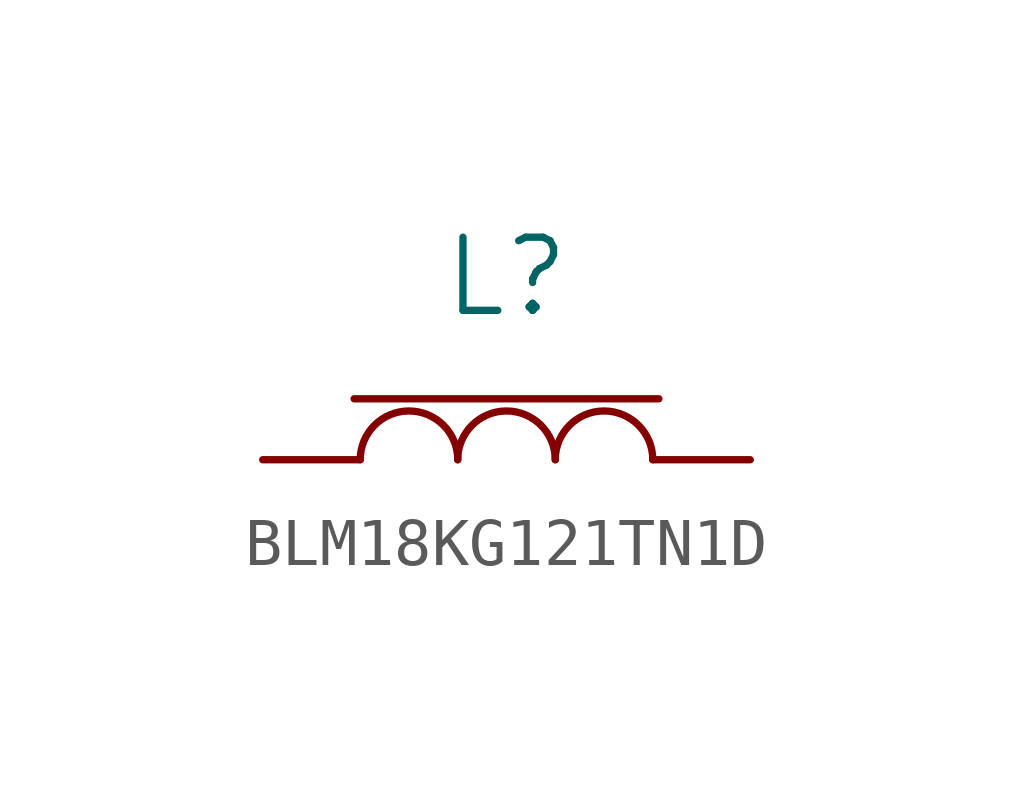
<source format=kicad_sym>
(kicad_symbol_lib
  (version 20231120)
  (generator "kicad_symbol_editor")
  (generator_version "8.0")
  (symbol "BLM18KG121TN1D"
    (pin_numbers hide)
    (pin_names
      (offset 0) hide)
    (property "Reference" "L"
      (at 0 3.81 0)
      (effects (font (size 1.524 1.524))))
    (symbol "BLM18KG121TN1D_0_1"
      (arc (start -1.016 0) (mid -2.032 1.0116) (end -3.048 0) (stroke (width 0) (type default)) (fill (type none)))
      (polyline (pts (xy -3.175 1.27) (xy 3.175 1.27)) (stroke (width 0) (type default)) (fill (type none)))
      (arc (start 1.016 0) (mid 0 1.0116) (end -1.016 0) (stroke (width 0) (type default)) (fill (type none)))
      (arc (start 3.048 0) (mid 2.032 1.0116) (end 1.016 0) (stroke (width 0) (type default)) (fill (type none))))
    (symbol "BLM18KG121TN1D_1_1"
      (pin passive line (at -5.08 0 0) (length 2.032) (name "1" (effects (font (size 1.27 1.27)))) (number "1" (effects (font (size 1.27 1.27)))))
      (pin passive line (at 5.08 0 180) (length 2.032) (name "2" (effects (font (size 1.27 1.27)))) (number "2" (effects (font (size 1.27 1.27))))))))
</source>
